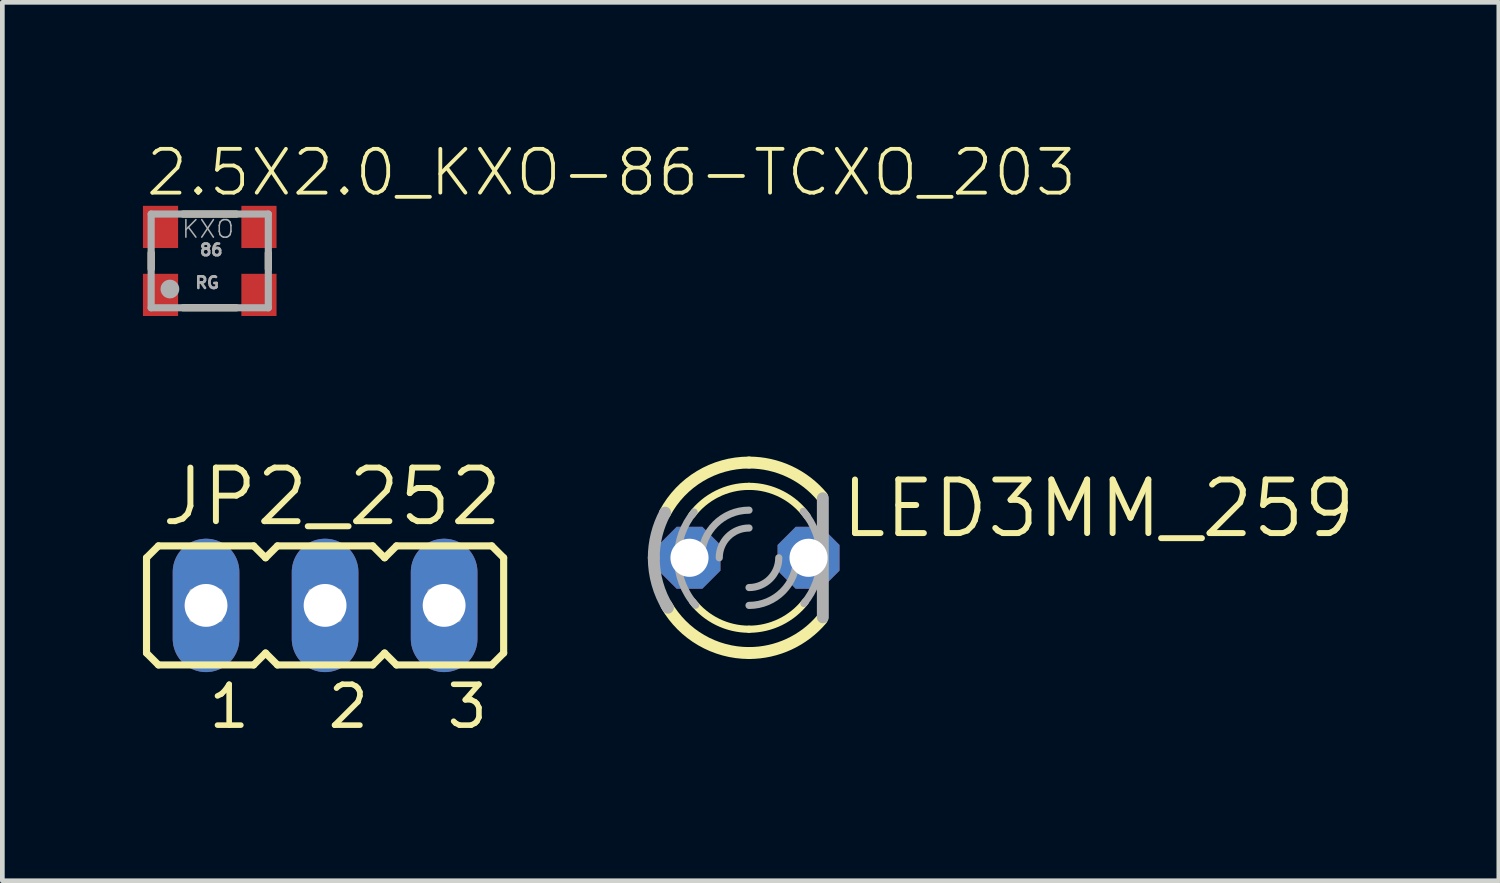
<source format=kicad_pcb>
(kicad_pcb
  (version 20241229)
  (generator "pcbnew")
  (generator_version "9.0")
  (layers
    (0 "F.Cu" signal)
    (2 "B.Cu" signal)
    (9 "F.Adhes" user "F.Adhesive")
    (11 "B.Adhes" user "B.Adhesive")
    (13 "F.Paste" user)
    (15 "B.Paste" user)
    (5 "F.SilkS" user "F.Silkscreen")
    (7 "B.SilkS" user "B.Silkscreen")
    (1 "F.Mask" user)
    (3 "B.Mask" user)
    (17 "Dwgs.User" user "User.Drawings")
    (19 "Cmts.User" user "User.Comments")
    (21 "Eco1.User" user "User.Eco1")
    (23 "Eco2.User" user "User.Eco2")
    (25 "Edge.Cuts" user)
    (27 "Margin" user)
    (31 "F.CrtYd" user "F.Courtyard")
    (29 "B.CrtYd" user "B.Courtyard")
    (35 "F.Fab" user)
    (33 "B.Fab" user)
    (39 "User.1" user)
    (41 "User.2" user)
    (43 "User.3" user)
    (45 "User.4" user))
  (footprint "LED3MM_259"
    (layer "F.Cu")
    (at 12.931 8.851)
    (property "Reference" "LED3MM_259" (at 1.905 -0.381 0) (unlocked yes) (layer "F.SilkS") (effects (font (size 1.143 1.143) (thickness 0.127)) (justify left bottom)))
    (fp_arc (start -1.7929 -0.9562) (mid -1.045438 -1.7424) (end 0 -2.032) (stroke (width 0.254) (type solid)) (layer "F.SilkS"))
    (fp_arc (start -1.2192 -0.9144) (mid -0.681554 -1.363107) (end 0 -1.524) (stroke (width 0.1524) (type solid)) (layer "F.SilkS"))
    (fp_arc (start 0 -2.032) (mid 0.861864 -1.840173) (end 1.561 -1.3009) (stroke (width 0.254) (type solid)) (layer "F.SilkS"))
    (fp_arc (start 0 -1.524) (mid 0.697339 -1.355082) (end 1.2401 -0.885801) (stroke (width 0.1524) (type solid)) (layer "F.SilkS"))
    (fp_arc (start 0 1.524) (mid -0.669593 1.369018) (end -1.203 0.9356) (stroke (width 0.1524) (type solid)) (layer "F.SilkS"))
    (fp_arc (start 0 2.032) (mid -1.019924 1.757525) (end -1.7643 1.0082) (stroke (width 0.254) (type solid)) (layer "F.SilkS"))
    (fp_arc (start 1.203 0.9356) (mid 0.669593 1.369018) (end 0 1.524) (stroke (width 0.1524) (type solid)) (layer "F.SilkS"))
    (fp_arc (start 1.5512 1.3126) (mid 0.854953 1.843405) (end 0 2.032) (stroke (width 0.254) (type solid)) (layer "F.SilkS"))
    (fp_line (start 1.575 1.27) (end 1.575 -1.27) (stroke (width 0.254) (type solid)) (layer "F.Fab"))
    (fp_arc (start -2.032 0) (mid -1.970339 -0.496775) (end -1.7891 -0.9634) (stroke (width 0.254) (type solid)) (layer "F.Fab"))
    (fp_arc (start -1.7306 1.065) (mid -1.95521 0.553417) (end -2.032 0) (stroke (width 0.254) (type solid)) (layer "F.Fab"))
    (fp_arc (start -1.524 0) (mid -1.432981 -0.518783) (end -1.1708 -0.9756) (stroke (width 0.1524) (type solid)) (layer "F.Fab"))
    (fp_arc (start -1.1391 1.0125) (mid -1.42454 0.5416) (end -1.524 0) (stroke (width 0.1524) (type solid)) (layer "F.Fab"))
    (fp_arc (start -1.016 0) (mid -0.71842 -0.71842) (end 0 -1.016) (stroke (width 0.1524) (type solid)) (layer "F.Fab"))
    (fp_arc (start -0.635 0) (mid -0.449013 -0.449013) (end 0 -0.635) (stroke (width 0.1524) (type solid)) (layer "F.Fab"))
    (fp_arc (start 0.635 0) (mid 0.449013 0.449013) (end 0 0.635) (stroke (width 0.1524) (type solid)) (layer "F.Fab"))
    (fp_arc (start 1.016 0) (mid 0.71842 0.71842) (end 0 1.016) (stroke (width 0.1524) (type solid)) (layer "F.Fab"))
    (fp_arc (start 1.1571 -0.9918) (mid 1.429332 -0.528744) (end 1.524 0) (stroke (width 0.1524) (type solid)) (layer "F.Fab"))
    (fp_arc (start 1.524 0) (mid 1.432981 0.518783) (end 1.1708 0.9756) (stroke (width 0.1524) (type solid)) (layer "F.Fab"))
    (pad "A" thru_hole roundrect (at -1.27 0) (size 1.321 1.321) (drill 0.813) (layers "*.Cu" "*.Mask") (roundrect_rratio 0.25) (chamfer_ratio 0.293) (chamfer top_left top_right bottom_left bottom_right))
    (pad "K" thru_hole roundrect (at 1.27 0) (size 1.321 1.321) (drill 0.813) (layers "*.Cu" "*.Mask") (roundrect_rratio 0.25) (chamfer_ratio 0.293) (chamfer top_left top_right bottom_left bottom_right)))
  (footprint "2.5X2.0_KXO-86-TCXO_203"
    (layer "F.Cu")
    (at 1.425 2.517)
    (property "Reference" "2.5X2.0_KXO-86-TCXO_203" (at -1.411 -1.338 0) (unlocked yes) (layer "F.SilkS") (effects (font (size 0.935 0.935) (thickness 0.081)) (justify left bottom)))
    (fp_line (start -1.25 0.17) (end -1.25 -0.17) (stroke (width 0.152) (type solid)) (layer "F.SilkS"))
    (fp_line (start -0.57 -1) (end 0.57 -1) (stroke (width 0.152) (type solid)) (layer "F.SilkS"))
    (fp_line (start -0.57 1) (end 0.57 1) (stroke (width 0.152) (type solid)) (layer "F.SilkS"))
    (fp_line (start 1.25 0.17) (end 1.25 -0.17) (stroke (width 0.152) (type solid)) (layer "F.SilkS"))
    (fp_line (start -1.25 -1) (end -1.25 1) (stroke (width 0.152) (type solid)) (layer "F.Fab"))
    (fp_line (start -1.25 1) (end 1.25 1) (stroke (width 0.152) (type solid)) (layer "F.Fab"))
    (fp_line (start 1.25 -1) (end -1.25 -1) (stroke (width 0.152) (type solid)) (layer "F.Fab"))
    (fp_line (start 1.25 1) (end 1.25 -1) (stroke (width 0.152) (type solid)) (layer "F.Fab"))
    (fp_circle (center -0.85 0.6) (end -0.75 0.6) (stroke (width 0.2) (type solid)) (fill no) (layer "F.Fab"))
    (fp_text user "RG" (at -0.34 0.61 0) (unlocked yes) (layer "F.Fab") (effects (font (size 0.247 0.247) (thickness 0.058)) (justify left bottom)))
    (fp_text user "86" (at -0.24 -0.09 0) (unlocked yes) (layer "F.Fab") (effects (font (size 0.247 0.247) (thickness 0.058)) (justify left bottom)))
    (fp_text user "KXO" (at -0.62 -0.46 0) (unlocked yes) (layer "F.Fab") (effects (font (size 0.374 0.374) (thickness 0.033)) (justify left bottom)))
    (pad "1" smd rect (at -1.05 0.725) (size 0.75 0.9) (layers "F.Cu" "F.Mask" "F.Paste"))
    (pad "2" smd rect (at 1.05 0.725) (size 0.75 0.9) (layers "F.Cu" "F.Mask" "F.Paste"))
    (pad "3" smd rect (at 1.05 -0.725) (size 0.75 0.9) (layers "F.Cu" "F.Mask" "F.Paste"))
    (pad "4" smd rect (at -1.05 -0.725) (size 0.75 0.9) (layers "F.Cu" "F.Mask" "F.Paste")))
  (footprint "JP2_252"
    (layer "F.Cu")
    (at 3.886 9.867)
    (property "Reference" "JP2_252" (at -3.556 -1.651 0) (unlocked yes) (layer "F.SilkS") (effects (font (size 1.143 1.143) (thickness 0.127)) (justify left bottom)))
    (fp_line (start -3.81 -1.016) (end -3.556 -1.27) (stroke (width 0.152) (type solid)) (layer "F.SilkS"))
    (fp_line (start -3.81 1.016) (end -3.81 -1.016) (stroke (width 0.152) (type solid)) (layer "F.SilkS"))
    (fp_line (start -3.81 1.016) (end -3.556 1.27) (stroke (width 0.152) (type solid)) (layer "F.SilkS"))
    (fp_line (start -1.524 -1.27) (end -3.556 -1.27) (stroke (width 0.152) (type solid)) (layer "F.SilkS"))
    (fp_line (start -1.524 -1.27) (end -1.27 -1.016) (stroke (width 0.152) (type solid)) (layer "F.SilkS"))
    (fp_line (start -1.524 1.27) (end -3.556 1.27) (stroke (width 0.152) (type solid)) (layer "F.SilkS"))
    (fp_line (start -1.524 1.27) (end -1.27 1.016) (stroke (width 0.152) (type solid)) (layer "F.SilkS"))
    (fp_line (start -1.27 -1.016) (end -1.016 -1.27) (stroke (width 0.152) (type solid)) (layer "F.SilkS"))
    (fp_line (start -1.27 1.016) (end -1.016 1.27) (stroke (width 0.152) (type solid)) (layer "F.SilkS"))
    (fp_line (start 1.016 -1.27) (end -1.016 -1.27) (stroke (width 0.152) (type solid)) (layer "F.SilkS"))
    (fp_line (start 1.016 -1.27) (end 1.27 -1.016) (stroke (width 0.152) (type solid)) (layer "F.SilkS"))
    (fp_line (start 1.016 1.27) (end -1.016 1.27) (stroke (width 0.152) (type solid)) (layer "F.SilkS"))
    (fp_line (start 1.016 1.27) (end 1.27 1.016) (stroke (width 0.152) (type solid)) (layer "F.SilkS"))
    (fp_line (start 1.27 -1.016) (end 1.524 -1.27) (stroke (width 0.152) (type solid)) (layer "F.SilkS"))
    (fp_line (start 1.27 1.016) (end 1.524 1.27) (stroke (width 0.152) (type solid)) (layer "F.SilkS"))
    (fp_line (start 3.556 -1.27) (end 1.524 -1.27) (stroke (width 0.152) (type solid)) (layer "F.SilkS"))
    (fp_line (start 3.556 -1.27) (end 3.81 -1.016) (stroke (width 0.152) (type solid)) (layer "F.SilkS"))
    (fp_line (start 3.556 1.27) (end 1.524 1.27) (stroke (width 0.152) (type solid)) (layer "F.SilkS"))
    (fp_line (start 3.556 1.27) (end 3.81 1.016) (stroke (width 0.152) (type solid)) (layer "F.SilkS"))
    (fp_line (start 3.81 -1.016) (end 3.81 1.016) (stroke (width 0.152) (type solid)) (layer "F.SilkS"))
    (fp_poly (pts (xy -2.845 0.305) (xy -2.235 0.305) (xy -2.235 -0.305) (xy -2.845 -0.305)) (stroke (width 0.1) (type default)) (fill no) (layer "F.Fab"))
    (fp_poly (pts (xy -0.305 0.305) (xy 0.305 0.305) (xy 0.305 -0.305) (xy -0.305 -0.305)) (stroke (width 0.1) (type default)) (fill no) (layer "F.Fab"))
    (fp_poly (pts (xy 2.235 0.305) (xy 2.845 0.305) (xy 2.845 -0.305) (xy 2.235 -0.305)) (stroke (width 0.1) (type default)) (fill no) (layer "F.Fab"))
    (fp_text user "2" (at 0 2.667 0) (unlocked yes) (layer "F.SilkS") (effects (font (size 0.872 0.872) (thickness 0.119)) (justify left bottom)))
    (fp_text user "3" (at 2.54 2.667 0) (unlocked yes) (layer "F.SilkS") (effects (font (size 0.872 0.872) (thickness 0.119)) (justify left bottom)))
    (fp_text user "1" (at -2.54 2.667 0) (unlocked yes) (layer "F.SilkS") (effects (font (size 0.872 0.872) (thickness 0.119)) (justify left bottom)))
    (pad "1" thru_hole oval (at -2.54 0 90) (size 2.845 1.422) (drill 0.914) (layers "*.Cu" "*.Mask"))
    (pad "2" thru_hole oval (at 0 0 90) (size 2.845 1.422) (drill 0.914) (layers "*.Cu" "*.Mask"))
    (pad "3" thru_hole oval (at 2.54 0 90) (size 2.845 1.422) (drill 0.914) (layers "*.Cu" "*.Mask")))
  (gr_rect
    (start -3 -3)
    (end 28.929 15.742)
    (stroke (width 0.1) (type default))
    (fill no)
    (layer "Edge.Cuts")))
</source>
